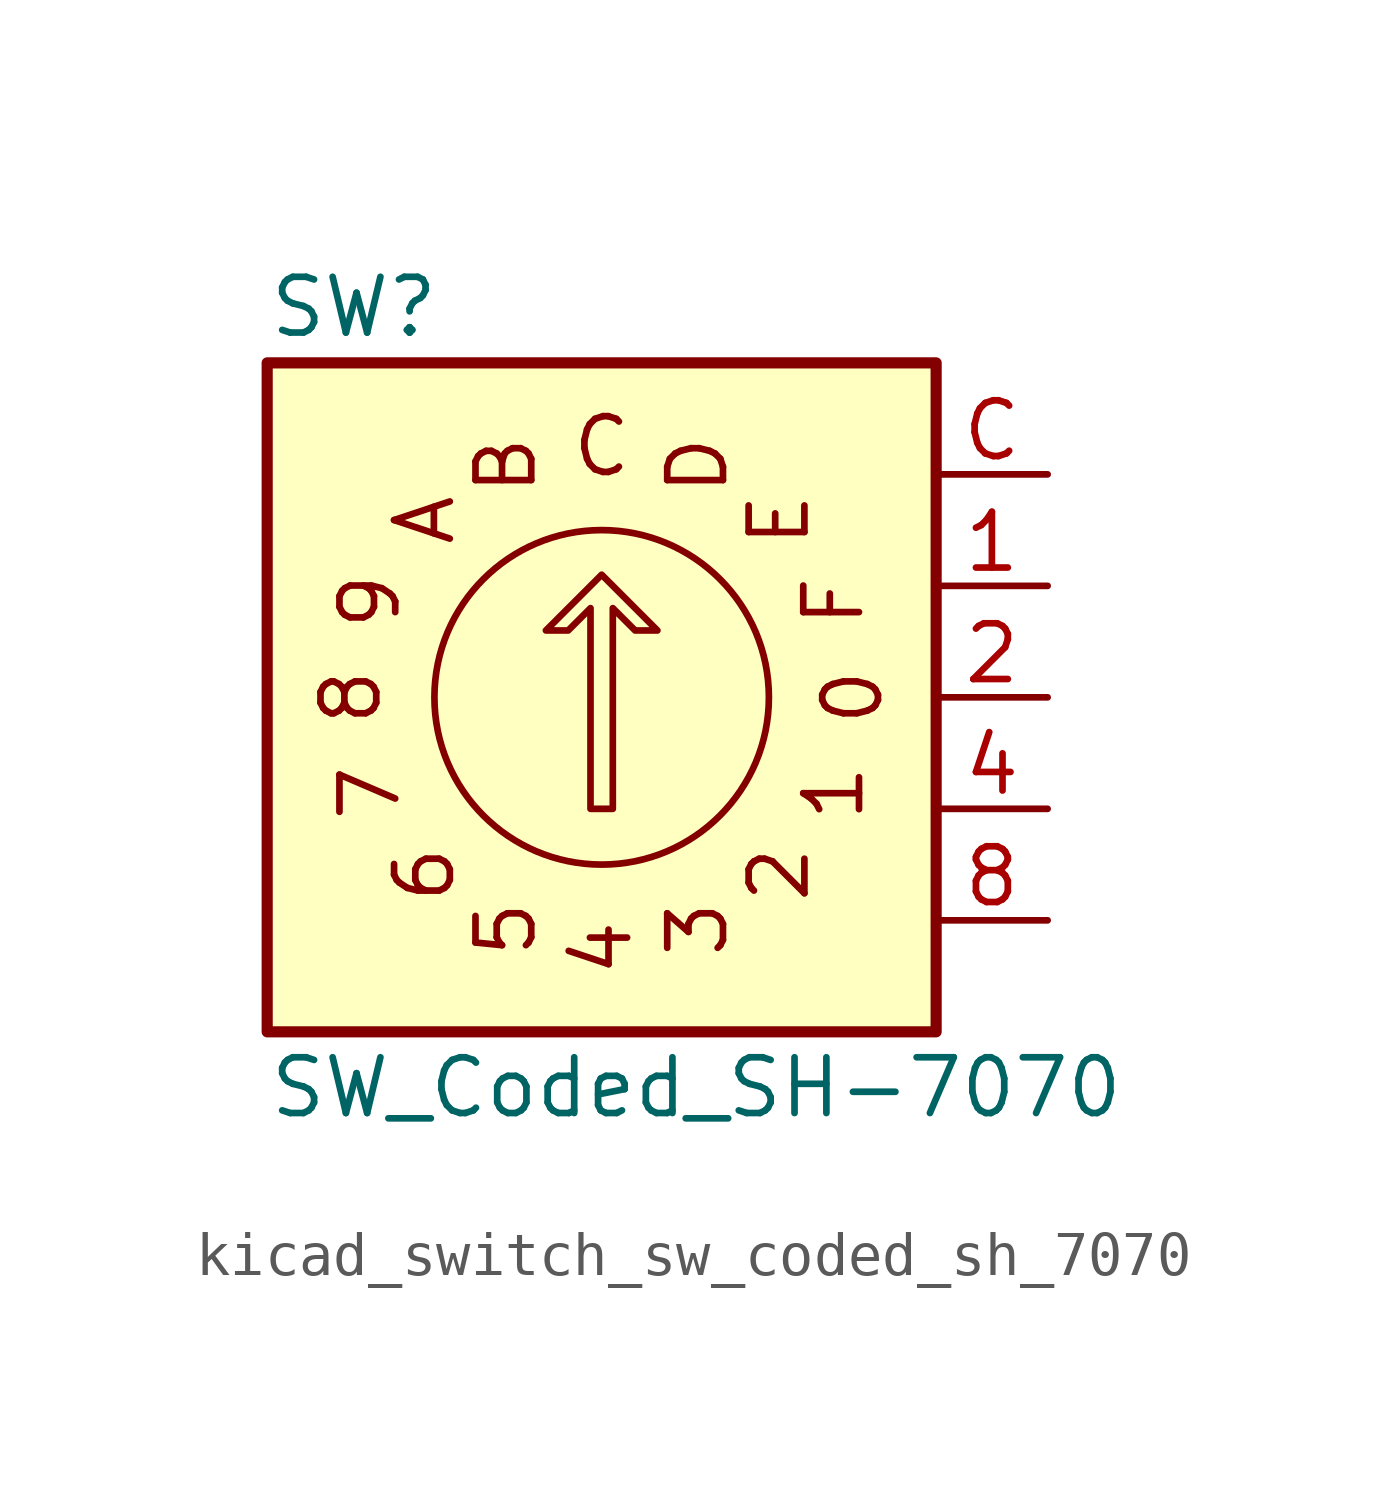
<source format=kicad_sym>
(kicad_symbol_lib
  (version 20220914)
  (generator kicad_symbol_editor)
  (symbol "kicad_switch_sw_coded_sh_7070"
    (pin_names hide)
    (property "Reference" "SW"
      (at -7.62 8.89 0)
      (effects (font (size 1.27 1.27)) (justify left)))
    (property "Value" "SW_Coded_SH-7070"
      (at -7.62 -8.89 0)
      (effects (font (size 1.27 1.27)) (justify left)))
    (symbol "kicad_switch_sw_coded_sh_7070_0_0"
      (text "0" (at 5.715 0 2700) (effects (font (size 1.27 1.27))))
      (text "1" (at 5.283 -2.184 2475) (effects (font (size 1.27 1.27))))
      (text "2" (at 4.039 -4.039 2250) (effects (font (size 1.27 1.27))))
      (text "3" (at 2.184 -5.283 2025) (effects (font (size 1.27 1.27))))
      (text "4" (at 0 -5.715 1800) (effects (font (size 1.27 1.27))))
      (text "5" (at -2.184 -5.283 1575) (effects (font (size 1.27 1.27))))
      (text "6" (at -4.039 -4.039 1350) (effects (font (size 1.27 1.27))))
      (text "7" (at -5.283 -2.184 1125) (effects (font (size 1.27 1.27))))
      (text "8" (at -5.715 0 900) (effects (font (size 1.27 1.27))))
      (text "9" (at -5.283 2.184 675) (effects (font (size 1.27 1.27))))
      (text "A" (at -4.039 4.039 450) (effects (font (size 1.27 1.27))))
      (text "B" (at -2.184 5.283 225) (effects (font (size 1.27 1.27))))
      (text "C" (at 0 5.715 0) (effects (font (size 1.27 1.27))))
      (text "D" (at 2.184 5.283 3375) (effects (font (size 1.27 1.27))))
      (text "E" (at 4.039 4.039 3150) (effects (font (size 1.27 1.27))))
      (text "F" (at 5.283 2.184 2925) (effects (font (size 1.27 1.27)))))
    (symbol "kicad_switch_sw_coded_sh_7070_0_1"
      (polyline (pts (xy -0.254 -2.54) (xy -0.254 2.032) (xy -0.762 1.524) (xy -1.27 1.524) (xy 0 2.794) (xy 1.27 1.524) (xy 0.762 1.524) (xy 0.254 2.032) (xy 0.254 -2.54) (xy -0.254 -2.54) (xy -0.254 -2.54)) (stroke (width 0) (type default)) (fill (type none)))
      (circle (center 0 0) (radius 3.81) (stroke (width 0) (type default)) (fill (type none)))
      (rectangle (start 7.62 7.62) (end -7.62 -7.62) (stroke (width 0.254) (type default)) (fill (type background))))
    (symbol "kicad_switch_sw_coded_sh_7070_1_1"
      (pin passive line (at 10.16 2.54 180) (length 2.54) (name "1" (effects (font (size 1.27 1.27)))) (number "1" (effects (font (size 1.27 1.27)))))
      (pin passive line (at 10.16 0 180) (length 2.54) (name "2" (effects (font (size 1.27 1.27)))) (number "2" (effects (font (size 1.27 1.27)))))
      (pin passive line (at 10.16 -2.54 180) (length 2.54) (name "4" (effects (font (size 1.27 1.27)))) (number "4" (effects (font (size 1.27 1.27)))))
      (pin passive line (at 10.16 -5.08 180) (length 2.54) (name "8" (effects (font (size 1.27 1.27)))) (number "8" (effects (font (size 1.27 1.27)))))
      (pin passive line (at 10.16 5.08 180) (length 2.54) (name "C" (effects (font (size 1.27 1.27)))) (number "C" (effects (font (size 1.27 1.27))))))))
</source>
